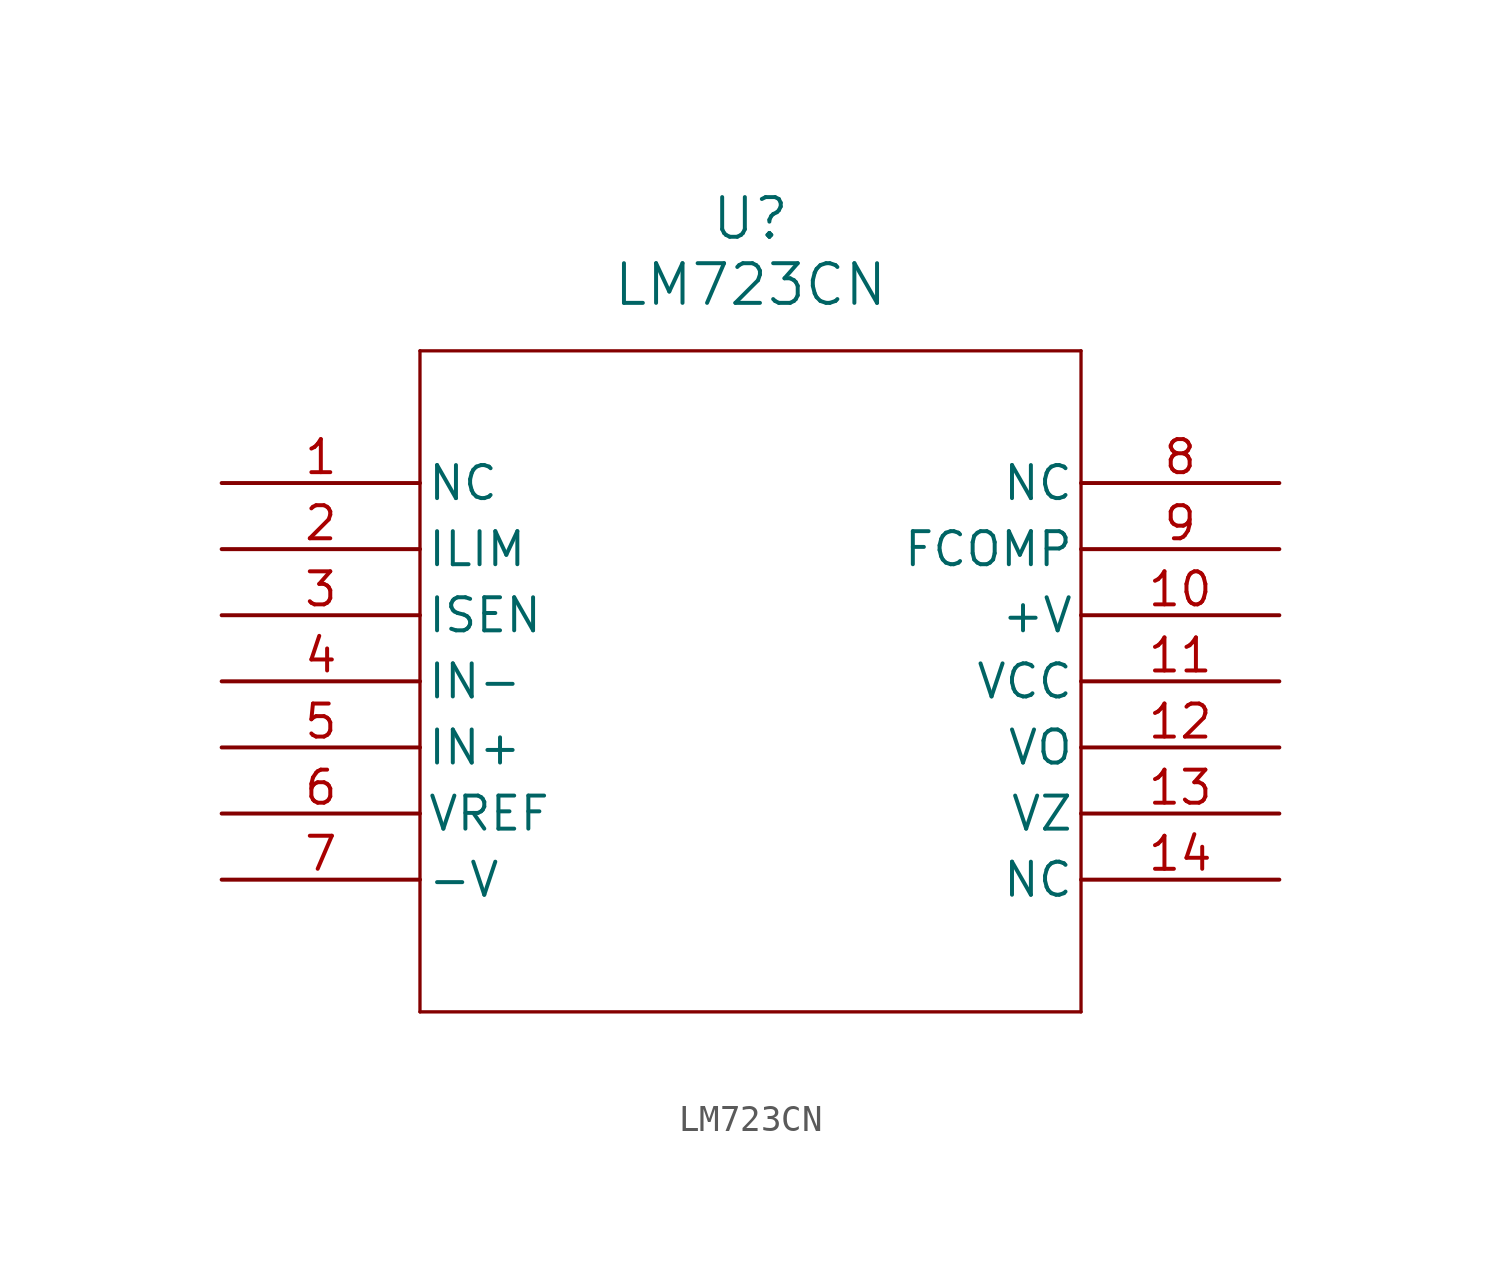
<source format=kicad_sym>
(kicad_symbol_lib
  (version 20211014)
  (generator kicad_symbol_editor)
  (symbol "LM723CN"
    (pin_names
      (offset 0.254))
    (property "Reference" "U"
      (at 20.32 10.16 0)
      (effects (font (size 1.524 1.524))))
    (property "Value" "LM723CN"
      (at 20.32 7.62 0)
      (effects (font (size 1.524 1.524))))
    (symbol "LM723CN_0_1"
      (polyline (pts (xy 7.62 5.08) (xy 7.62 -20.32)) (stroke (width 0.127) (type default) (color 0 0 0 0)) (fill (type none)))
      (polyline (pts (xy 7.62 -20.32) (xy 33.02 -20.32)) (stroke (width 0.127) (type default) (color 0 0 0 0)) (fill (type none)))
      (polyline (pts (xy 33.02 -20.32) (xy 33.02 5.08)) (stroke (width 0.127) (type default) (color 0 0 0 0)) (fill (type none)))
      (polyline (pts (xy 33.02 5.08) (xy 7.62 5.08)) (stroke (width 0.127) (type default) (color 0 0 0 0)) (fill (type none)))
      (pin unspecified line (at 0 0 0) (length 7.62) (name "NC" (effects (font (size 1.27 1.27)))) (number "1" (effects (font (size 1.27 1.27)))))
      (pin input line (at 0 -2.54 0) (length 7.62) (name "ILIM" (effects (font (size 1.27 1.27)))) (number "2" (effects (font (size 1.27 1.27)))))
      (pin unspecified line (at 0 -5.08 0) (length 7.62) (name "ISEN" (effects (font (size 1.27 1.27)))) (number "3" (effects (font (size 1.27 1.27)))))
      (pin input line (at 0 -7.62 0) (length 7.62) (name "IN-" (effects (font (size 1.27 1.27)))) (number "4" (effects (font (size 1.27 1.27)))))
      (pin input line (at 0 -10.16 0) (length 7.62) (name "IN+" (effects (font (size 1.27 1.27)))) (number "5" (effects (font (size 1.27 1.27)))))
      (pin output line (at 0 -12.7 0) (length 7.62) (name "VREF" (effects (font (size 1.27 1.27)))) (number "6" (effects (font (size 1.27 1.27)))))
      (pin power_in line (at 0 -15.24 0) (length 7.62) (name "-V" (effects (font (size 1.27 1.27)))) (number "7" (effects (font (size 1.27 1.27)))))
      (pin unspecified line (at 40.64 -15.24 180) (length 7.62) (name "NC" (effects (font (size 1.27 1.27)))) (number "14" (effects (font (size 1.27 1.27)))))
      (pin unspecified line (at 40.64 -12.7 180) (length 7.62) (name "VZ" (effects (font (size 1.27 1.27)))) (number "13" (effects (font (size 1.27 1.27)))))
      (pin output line (at 40.64 -10.16 180) (length 7.62) (name "VO" (effects (font (size 1.27 1.27)))) (number "12" (effects (font (size 1.27 1.27)))))
      (pin power_in line (at 40.64 -7.62 180) (length 7.62) (name "VCC" (effects (font (size 1.27 1.27)))) (number "11" (effects (font (size 1.27 1.27)))))
      (pin power_in line (at 40.64 -5.08 180) (length 7.62) (name "+V" (effects (font (size 1.27 1.27)))) (number "10" (effects (font (size 1.27 1.27)))))
      (pin unspecified line (at 40.64 -2.54 180) (length 7.62) (name "FCOMP" (effects (font (size 1.27 1.27)))) (number "9" (effects (font (size 1.27 1.27)))))
      (pin unspecified line (at 40.64 0 180) (length 7.62) (name "NC" (effects (font (size 1.27 1.27)))) (number "8" (effects (font (size 1.27 1.27))))))))
</source>
